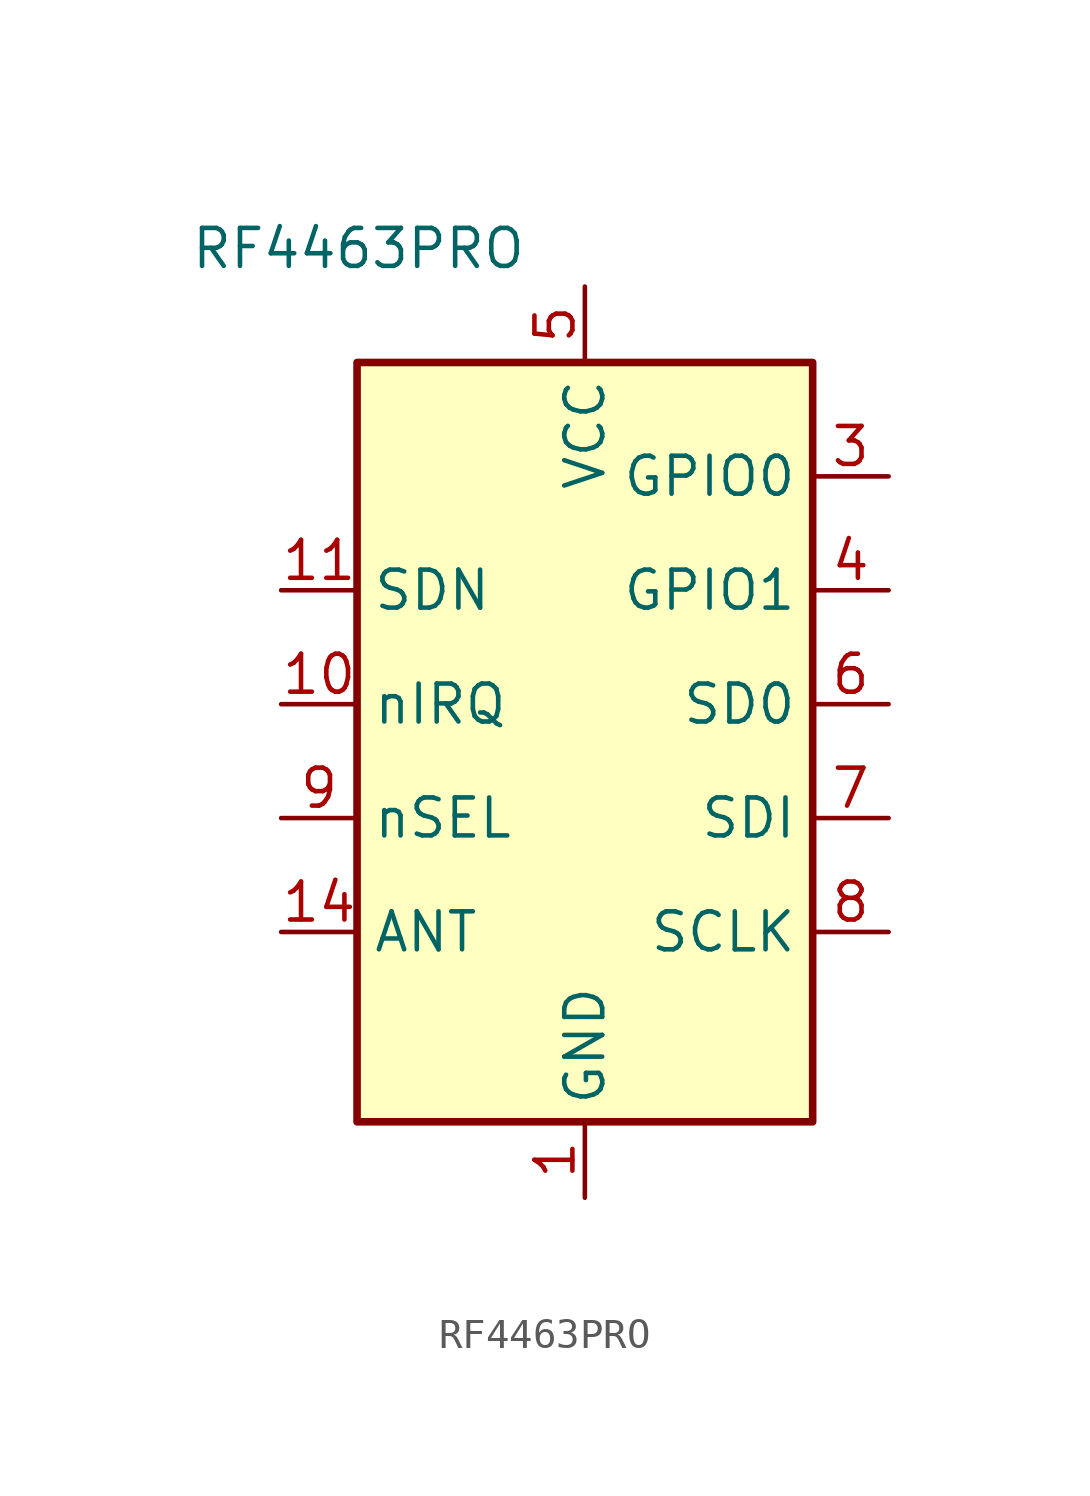
<source format=kicad_sym>
(kicad_symbol_lib
  (version 20241209)
  (generator "kicad_symbol_editor")
  (generator_version "9.0")
  (symbol "RF4463PRO"
    (property "Reference" "U1"
      (at -2.032 -41.656 0)
      (effects (font (size 1.27 1.27)) (hide yes)))
    (property "Value" "RF4463PRO"
      (at -13.208 15.24 0)
      (effects (font (size 1.27 1.27)) (justify left)))
    (symbol "RF4463PRO_0_0"
      (rectangle (start -7.62 11.43) (end 7.62 -13.97) (stroke (width 0.254) (type default)) (fill (type background))))
    (symbol "RF4463PRO_1_1"
      (pin no_connect line (at -10.16 7.62 0) (length 2.54) (hide yes) (name "NC" (effects (font (size 1.27 1.27)))) (number "2" (effects (font (size 1.27 1.27)))))
      (pin input line (at -10.16 3.81 0) (length 2.54) (name "SDN" (effects (font (size 1.27 1.27)))) (number "11" (effects (font (size 1.27 1.27)))))
      (pin input line (at -10.16 0 0) (length 2.54) (name "nIRQ" (effects (font (size 1.27 1.27)))) (number "10" (effects (font (size 1.27 1.27)))))
      (pin input line (at -10.16 -3.81 0) (length 2.54) (name "nSEL" (effects (font (size 1.27 1.27)))) (number "9" (effects (font (size 1.27 1.27)))))
      (pin input line (at -10.16 -7.62 0) (length 2.54) (name "ANT" (effects (font (size 1.27 1.27)))) (number "14" (effects (font (size 1.27 1.27)))))
      (pin power_in line (at 0 13.97 270) (length 2.54) (name "VCC" (effects (font (size 1.27 1.27)))) (number "5" (effects (font (size 1.27 1.27)))))
      (pin power_in line (at 0 -16.51 90) (length 2.54) (name "GND" (effects (font (size 1.27 1.27)))) (number "1" (effects (font (size 1.27 1.27)))))
      (pin passive line (at 0 -16.51 90) (length 2.54) (hide yes) (name "GND" (effects (font (size 1.27 1.27)))) (number "12" (effects (font (size 1.27 1.27)))))
      (pin passive line (at 0 -16.51 90) (length 2.54) (hide yes) (name "GND" (effects (font (size 1.27 1.27)))) (number "13" (effects (font (size 1.27 1.27)))))
      (pin input line (at 10.16 7.62 180) (length 2.54) (name "GPIO0" (effects (font (size 1.27 1.27)))) (number "3" (effects (font (size 1.27 1.27)))))
      (pin input line (at 10.16 3.81 180) (length 2.54) (name "GPIO1" (effects (font (size 1.27 1.27)))) (number "4" (effects (font (size 1.27 1.27)))))
      (pin input line (at 10.16 0 180) (length 2.54) (name "SD0" (effects (font (size 1.27 1.27)))) (number "6" (effects (font (size 1.27 1.27)))))
      (pin input line (at 10.16 -3.81 180) (length 2.54) (name "SDI" (effects (font (size 1.27 1.27)))) (number "7" (effects (font (size 1.27 1.27)))))
      (pin input line (at 10.16 -7.62 180) (length 2.54) (name "SCLK" (effects (font (size 1.27 1.27)))) (number "8" (effects (font (size 1.27 1.27))))))))
</source>
